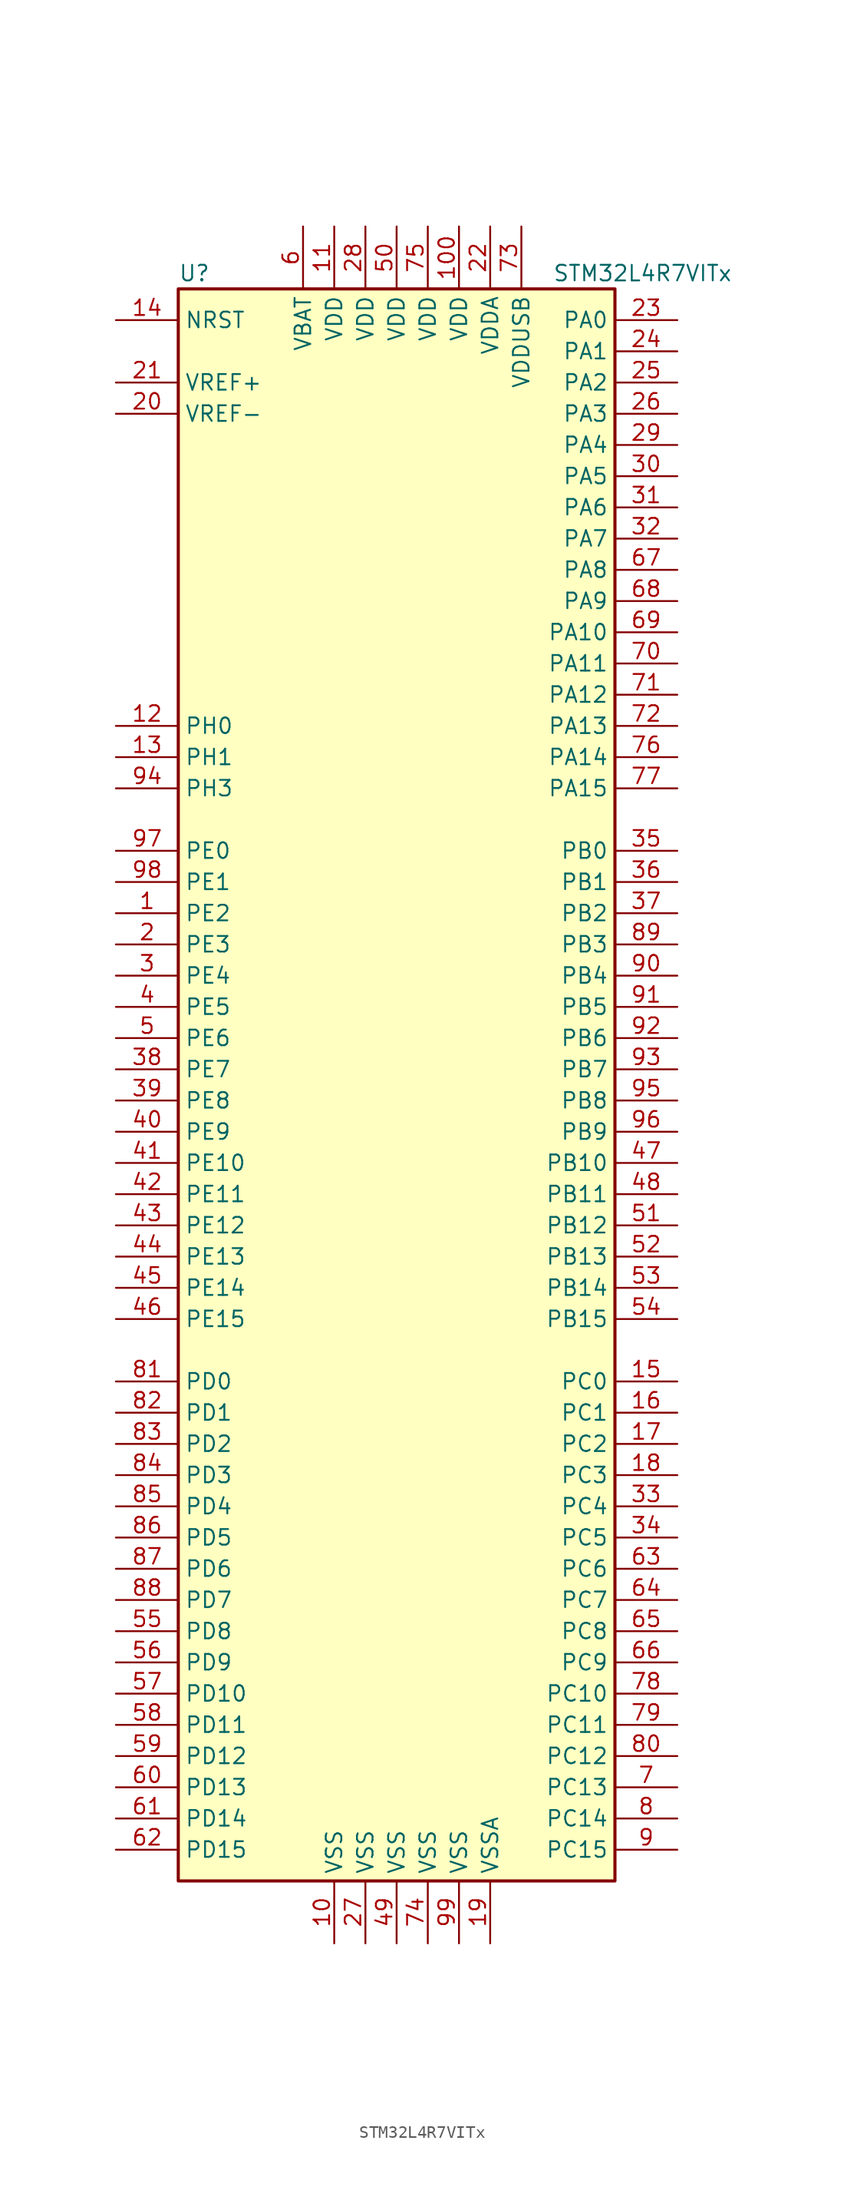
<source format=kicad_sym>
(kicad_symbol_lib
  (version 20201005)
  (generator kicad_symbol_editor)
  (symbol "MCU_ST_STM32L4+:STM32L4R7VITx"
    (property "Reference" "U"
      (at -17.78 64.77 0)
      (effects (font (size 1.27 1.27)) (justify left)))
    (property "Value" "STM32L4R7VITx"
      (at 12.7 64.77 0)
      (effects (font (size 1.27 1.27)) (justify left)))
    (symbol "STM32L4R7VITx_0_1"
      (rectangle (start -17.78 -66.04) (end 17.78 63.5) (stroke (width 0.254)) (fill (type background))))
    (symbol "STM32L4R7VITx_1_1"
      (pin input line (at -22.86 60.96 0) (length 5.08) (name "NRST" (effects (font (size 1.27 1.27)))) (number "14" (effects (font (size 1.27 1.27)))))
      (pin bidirectional line (at 22.86 60.96 180) (length 5.08) (name "PA0" (effects (font (size 1.27 1.27)))) (number "23" (effects (font (size 1.27 1.27)))))
      (pin bidirectional line (at 22.86 58.42 180) (length 5.08) (name "PA1" (effects (font (size 1.27 1.27)))) (number "24" (effects (font (size 1.27 1.27)))))
      (pin bidirectional line (at 22.86 35.56 180) (length 5.08) (name "PA10" (effects (font (size 1.27 1.27)))) (number "69" (effects (font (size 1.27 1.27)))))
      (pin bidirectional line (at 22.86 33.02 180) (length 5.08) (name "PA11" (effects (font (size 1.27 1.27)))) (number "70" (effects (font (size 1.27 1.27)))))
      (pin bidirectional line (at 22.86 30.48 180) (length 5.08) (name "PA12" (effects (font (size 1.27 1.27)))) (number "71" (effects (font (size 1.27 1.27)))))
      (pin bidirectional line (at 22.86 27.94 180) (length 5.08) (name "PA13" (effects (font (size 1.27 1.27)))) (number "72" (effects (font (size 1.27 1.27)))))
      (pin bidirectional line (at 22.86 25.4 180) (length 5.08) (name "PA14" (effects (font (size 1.27 1.27)))) (number "76" (effects (font (size 1.27 1.27)))))
      (pin bidirectional line (at 22.86 22.86 180) (length 5.08) (name "PA15" (effects (font (size 1.27 1.27)))) (number "77" (effects (font (size 1.27 1.27)))))
      (pin bidirectional line (at 22.86 55.88 180) (length 5.08) (name "PA2" (effects (font (size 1.27 1.27)))) (number "25" (effects (font (size 1.27 1.27)))))
      (pin bidirectional line (at 22.86 53.34 180) (length 5.08) (name "PA3" (effects (font (size 1.27 1.27)))) (number "26" (effects (font (size 1.27 1.27)))))
      (pin bidirectional line (at 22.86 50.8 180) (length 5.08) (name "PA4" (effects (font (size 1.27 1.27)))) (number "29" (effects (font (size 1.27 1.27)))))
      (pin bidirectional line (at 22.86 48.26 180) (length 5.08) (name "PA5" (effects (font (size 1.27 1.27)))) (number "30" (effects (font (size 1.27 1.27)))))
      (pin bidirectional line (at 22.86 45.72 180) (length 5.08) (name "PA6" (effects (font (size 1.27 1.27)))) (number "31" (effects (font (size 1.27 1.27)))))
      (pin bidirectional line (at 22.86 43.18 180) (length 5.08) (name "PA7" (effects (font (size 1.27 1.27)))) (number "32" (effects (font (size 1.27 1.27)))))
      (pin bidirectional line (at 22.86 40.64 180) (length 5.08) (name "PA8" (effects (font (size 1.27 1.27)))) (number "67" (effects (font (size 1.27 1.27)))))
      (pin bidirectional line (at 22.86 38.1 180) (length 5.08) (name "PA9" (effects (font (size 1.27 1.27)))) (number "68" (effects (font (size 1.27 1.27)))))
      (pin bidirectional line (at 22.86 17.78 180) (length 5.08) (name "PB0" (effects (font (size 1.27 1.27)))) (number "35" (effects (font (size 1.27 1.27)))))
      (pin bidirectional line (at 22.86 15.24 180) (length 5.08) (name "PB1" (effects (font (size 1.27 1.27)))) (number "36" (effects (font (size 1.27 1.27)))))
      (pin bidirectional line (at 22.86 -7.62 180) (length 5.08) (name "PB10" (effects (font (size 1.27 1.27)))) (number "47" (effects (font (size 1.27 1.27)))))
      (pin bidirectional line (at 22.86 -10.16 180) (length 5.08) (name "PB11" (effects (font (size 1.27 1.27)))) (number "48" (effects (font (size 1.27 1.27)))))
      (pin bidirectional line (at 22.86 -12.7 180) (length 5.08) (name "PB12" (effects (font (size 1.27 1.27)))) (number "51" (effects (font (size 1.27 1.27)))))
      (pin bidirectional line (at 22.86 -15.24 180) (length 5.08) (name "PB13" (effects (font (size 1.27 1.27)))) (number "52" (effects (font (size 1.27 1.27)))))
      (pin bidirectional line (at 22.86 -17.78 180) (length 5.08) (name "PB14" (effects (font (size 1.27 1.27)))) (number "53" (effects (font (size 1.27 1.27)))))
      (pin bidirectional line (at 22.86 -20.32 180) (length 5.08) (name "PB15" (effects (font (size 1.27 1.27)))) (number "54" (effects (font (size 1.27 1.27)))))
      (pin bidirectional line (at 22.86 12.7 180) (length 5.08) (name "PB2" (effects (font (size 1.27 1.27)))) (number "37" (effects (font (size 1.27 1.27)))))
      (pin bidirectional line (at 22.86 10.16 180) (length 5.08) (name "PB3" (effects (font (size 1.27 1.27)))) (number "89" (effects (font (size 1.27 1.27)))))
      (pin bidirectional line (at 22.86 7.62 180) (length 5.08) (name "PB4" (effects (font (size 1.27 1.27)))) (number "90" (effects (font (size 1.27 1.27)))))
      (pin bidirectional line (at 22.86 5.08 180) (length 5.08) (name "PB5" (effects (font (size 1.27 1.27)))) (number "91" (effects (font (size 1.27 1.27)))))
      (pin bidirectional line (at 22.86 2.54 180) (length 5.08) (name "PB6" (effects (font (size 1.27 1.27)))) (number "92" (effects (font (size 1.27 1.27)))))
      (pin bidirectional line (at 22.86 0 180) (length 5.08) (name "PB7" (effects (font (size 1.27 1.27)))) (number "93" (effects (font (size 1.27 1.27)))))
      (pin bidirectional line (at 22.86 -2.54 180) (length 5.08) (name "PB8" (effects (font (size 1.27 1.27)))) (number "95" (effects (font (size 1.27 1.27)))))
      (pin bidirectional line (at 22.86 -5.08 180) (length 5.08) (name "PB9" (effects (font (size 1.27 1.27)))) (number "96" (effects (font (size 1.27 1.27)))))
      (pin bidirectional line (at 22.86 -25.4 180) (length 5.08) (name "PC0" (effects (font (size 1.27 1.27)))) (number "15" (effects (font (size 1.27 1.27)))))
      (pin bidirectional line (at 22.86 -27.94 180) (length 5.08) (name "PC1" (effects (font (size 1.27 1.27)))) (number "16" (effects (font (size 1.27 1.27)))))
      (pin bidirectional line (at 22.86 -50.8 180) (length 5.08) (name "PC10" (effects (font (size 1.27 1.27)))) (number "78" (effects (font (size 1.27 1.27)))))
      (pin bidirectional line (at 22.86 -53.34 180) (length 5.08) (name "PC11" (effects (font (size 1.27 1.27)))) (number "79" (effects (font (size 1.27 1.27)))))
      (pin bidirectional line (at 22.86 -55.88 180) (length 5.08) (name "PC12" (effects (font (size 1.27 1.27)))) (number "80" (effects (font (size 1.27 1.27)))))
      (pin bidirectional line (at 22.86 -58.42 180) (length 5.08) (name "PC13" (effects (font (size 1.27 1.27)))) (number "7" (effects (font (size 1.27 1.27)))))
      (pin bidirectional line (at 22.86 -60.96 180) (length 5.08) (name "PC14" (effects (font (size 1.27 1.27)))) (number "8" (effects (font (size 1.27 1.27)))))
      (pin bidirectional line (at 22.86 -63.5 180) (length 5.08) (name "PC15" (effects (font (size 1.27 1.27)))) (number "9" (effects (font (size 1.27 1.27)))))
      (pin bidirectional line (at 22.86 -30.48 180) (length 5.08) (name "PC2" (effects (font (size 1.27 1.27)))) (number "17" (effects (font (size 1.27 1.27)))))
      (pin bidirectional line (at 22.86 -33.02 180) (length 5.08) (name "PC3" (effects (font (size 1.27 1.27)))) (number "18" (effects (font (size 1.27 1.27)))))
      (pin bidirectional line (at 22.86 -35.56 180) (length 5.08) (name "PC4" (effects (font (size 1.27 1.27)))) (number "33" (effects (font (size 1.27 1.27)))))
      (pin bidirectional line (at 22.86 -38.1 180) (length 5.08) (name "PC5" (effects (font (size 1.27 1.27)))) (number "34" (effects (font (size 1.27 1.27)))))
      (pin bidirectional line (at 22.86 -40.64 180) (length 5.08) (name "PC6" (effects (font (size 1.27 1.27)))) (number "63" (effects (font (size 1.27 1.27)))))
      (pin bidirectional line (at 22.86 -43.18 180) (length 5.08) (name "PC7" (effects (font (size 1.27 1.27)))) (number "64" (effects (font (size 1.27 1.27)))))
      (pin bidirectional line (at 22.86 -45.72 180) (length 5.08) (name "PC8" (effects (font (size 1.27 1.27)))) (number "65" (effects (font (size 1.27 1.27)))))
      (pin bidirectional line (at 22.86 -48.26 180) (length 5.08) (name "PC9" (effects (font (size 1.27 1.27)))) (number "66" (effects (font (size 1.27 1.27)))))
      (pin bidirectional line (at -22.86 -25.4 0) (length 5.08) (name "PD0" (effects (font (size 1.27 1.27)))) (number "81" (effects (font (size 1.27 1.27)))))
      (pin bidirectional line (at -22.86 -27.94 0) (length 5.08) (name "PD1" (effects (font (size 1.27 1.27)))) (number "82" (effects (font (size 1.27 1.27)))))
      (pin bidirectional line (at -22.86 -50.8 0) (length 5.08) (name "PD10" (effects (font (size 1.27 1.27)))) (number "57" (effects (font (size 1.27 1.27)))))
      (pin bidirectional line (at -22.86 -53.34 0) (length 5.08) (name "PD11" (effects (font (size 1.27 1.27)))) (number "58" (effects (font (size 1.27 1.27)))))
      (pin bidirectional line (at -22.86 -55.88 0) (length 5.08) (name "PD12" (effects (font (size 1.27 1.27)))) (number "59" (effects (font (size 1.27 1.27)))))
      (pin bidirectional line (at -22.86 -58.42 0) (length 5.08) (name "PD13" (effects (font (size 1.27 1.27)))) (number "60" (effects (font (size 1.27 1.27)))))
      (pin bidirectional line (at -22.86 -60.96 0) (length 5.08) (name "PD14" (effects (font (size 1.27 1.27)))) (number "61" (effects (font (size 1.27 1.27)))))
      (pin bidirectional line (at -22.86 -63.5 0) (length 5.08) (name "PD15" (effects (font (size 1.27 1.27)))) (number "62" (effects (font (size 1.27 1.27)))))
      (pin bidirectional line (at -22.86 -30.48 0) (length 5.08) (name "PD2" (effects (font (size 1.27 1.27)))) (number "83" (effects (font (size 1.27 1.27)))))
      (pin bidirectional line (at -22.86 -33.02 0) (length 5.08) (name "PD3" (effects (font (size 1.27 1.27)))) (number "84" (effects (font (size 1.27 1.27)))))
      (pin bidirectional line (at -22.86 -35.56 0) (length 5.08) (name "PD4" (effects (font (size 1.27 1.27)))) (number "85" (effects (font (size 1.27 1.27)))))
      (pin bidirectional line (at -22.86 -38.1 0) (length 5.08) (name "PD5" (effects (font (size 1.27 1.27)))) (number "86" (effects (font (size 1.27 1.27)))))
      (pin bidirectional line (at -22.86 -40.64 0) (length 5.08) (name "PD6" (effects (font (size 1.27 1.27)))) (number "87" (effects (font (size 1.27 1.27)))))
      (pin bidirectional line (at -22.86 -43.18 0) (length 5.08) (name "PD7" (effects (font (size 1.27 1.27)))) (number "88" (effects (font (size 1.27 1.27)))))
      (pin bidirectional line (at -22.86 -45.72 0) (length 5.08) (name "PD8" (effects (font (size 1.27 1.27)))) (number "55" (effects (font (size 1.27 1.27)))))
      (pin bidirectional line (at -22.86 -48.26 0) (length 5.08) (name "PD9" (effects (font (size 1.27 1.27)))) (number "56" (effects (font (size 1.27 1.27)))))
      (pin bidirectional line (at -22.86 17.78 0) (length 5.08) (name "PE0" (effects (font (size 1.27 1.27)))) (number "97" (effects (font (size 1.27 1.27)))))
      (pin bidirectional line (at -22.86 15.24 0) (length 5.08) (name "PE1" (effects (font (size 1.27 1.27)))) (number "98" (effects (font (size 1.27 1.27)))))
      (pin bidirectional line (at -22.86 -7.62 0) (length 5.08) (name "PE10" (effects (font (size 1.27 1.27)))) (number "41" (effects (font (size 1.27 1.27)))))
      (pin bidirectional line (at -22.86 -10.16 0) (length 5.08) (name "PE11" (effects (font (size 1.27 1.27)))) (number "42" (effects (font (size 1.27 1.27)))))
      (pin bidirectional line (at -22.86 -12.7 0) (length 5.08) (name "PE12" (effects (font (size 1.27 1.27)))) (number "43" (effects (font (size 1.27 1.27)))))
      (pin bidirectional line (at -22.86 -15.24 0) (length 5.08) (name "PE13" (effects (font (size 1.27 1.27)))) (number "44" (effects (font (size 1.27 1.27)))))
      (pin bidirectional line (at -22.86 -17.78 0) (length 5.08) (name "PE14" (effects (font (size 1.27 1.27)))) (number "45" (effects (font (size 1.27 1.27)))))
      (pin bidirectional line (at -22.86 -20.32 0) (length 5.08) (name "PE15" (effects (font (size 1.27 1.27)))) (number "46" (effects (font (size 1.27 1.27)))))
      (pin bidirectional line (at -22.86 12.7 0) (length 5.08) (name "PE2" (effects (font (size 1.27 1.27)))) (number "1" (effects (font (size 1.27 1.27)))))
      (pin bidirectional line (at -22.86 10.16 0) (length 5.08) (name "PE3" (effects (font (size 1.27 1.27)))) (number "2" (effects (font (size 1.27 1.27)))))
      (pin bidirectional line (at -22.86 7.62 0) (length 5.08) (name "PE4" (effects (font (size 1.27 1.27)))) (number "3" (effects (font (size 1.27 1.27)))))
      (pin bidirectional line (at -22.86 5.08 0) (length 5.08) (name "PE5" (effects (font (size 1.27 1.27)))) (number "4" (effects (font (size 1.27 1.27)))))
      (pin bidirectional line (at -22.86 2.54 0) (length 5.08) (name "PE6" (effects (font (size 1.27 1.27)))) (number "5" (effects (font (size 1.27 1.27)))))
      (pin bidirectional line (at -22.86 0 0) (length 5.08) (name "PE7" (effects (font (size 1.27 1.27)))) (number "38" (effects (font (size 1.27 1.27)))))
      (pin bidirectional line (at -22.86 -2.54 0) (length 5.08) (name "PE8" (effects (font (size 1.27 1.27)))) (number "39" (effects (font (size 1.27 1.27)))))
      (pin bidirectional line (at -22.86 -5.08 0) (length 5.08) (name "PE9" (effects (font (size 1.27 1.27)))) (number "40" (effects (font (size 1.27 1.27)))))
      (pin input line (at -22.86 27.94 0) (length 5.08) (name "PH0" (effects (font (size 1.27 1.27)))) (number "12" (effects (font (size 1.27 1.27)))))
      (pin input line (at -22.86 25.4 0) (length 5.08) (name "PH1" (effects (font (size 1.27 1.27)))) (number "13" (effects (font (size 1.27 1.27)))))
      (pin bidirectional line (at -22.86 22.86 0) (length 5.08) (name "PH3" (effects (font (size 1.27 1.27)))) (number "94" (effects (font (size 1.27 1.27)))))
      (pin power_in line (at -7.62 68.58 270) (length 5.08) (name "VBAT" (effects (font (size 1.27 1.27)))) (number "6" (effects (font (size 1.27 1.27)))))
      (pin power_in line (at 5.08 68.58 270) (length 5.08) (name "VDD" (effects (font (size 1.27 1.27)))) (number "100" (effects (font (size 1.27 1.27)))))
      (pin power_in line (at -5.08 68.58 270) (length 5.08) (name "VDD" (effects (font (size 1.27 1.27)))) (number "11" (effects (font (size 1.27 1.27)))))
      (pin power_in line (at -2.54 68.58 270) (length 5.08) (name "VDD" (effects (font (size 1.27 1.27)))) (number "28" (effects (font (size 1.27 1.27)))))
      (pin power_in line (at 0 68.58 270) (length 5.08) (name "VDD" (effects (font (size 1.27 1.27)))) (number "50" (effects (font (size 1.27 1.27)))))
      (pin power_in line (at 2.54 68.58 270) (length 5.08) (name "VDD" (effects (font (size 1.27 1.27)))) (number "75" (effects (font (size 1.27 1.27)))))
      (pin power_in line (at 7.62 68.58 270) (length 5.08) (name "VDDA" (effects (font (size 1.27 1.27)))) (number "22" (effects (font (size 1.27 1.27)))))
      (pin power_in line (at 10.16 68.58 270) (length 5.08) (name "VDDUSB" (effects (font (size 1.27 1.27)))) (number "73" (effects (font (size 1.27 1.27)))))
      (pin bidirectional line (at -22.86 55.88 0) (length 5.08) (name "VREF+" (effects (font (size 1.27 1.27)))) (number "21" (effects (font (size 1.27 1.27)))))
      (pin power_in line (at -22.86 53.34 0) (length 5.08) (name "VREF-" (effects (font (size 1.27 1.27)))) (number "20" (effects (font (size 1.27 1.27)))))
      (pin power_in line (at -5.08 -71.12 90) (length 5.08) (name "VSS" (effects (font (size 1.27 1.27)))) (number "10" (effects (font (size 1.27 1.27)))))
      (pin power_in line (at -2.54 -71.12 90) (length 5.08) (name "VSS" (effects (font (size 1.27 1.27)))) (number "27" (effects (font (size 1.27 1.27)))))
      (pin power_in line (at 0 -71.12 90) (length 5.08) (name "VSS" (effects (font (size 1.27 1.27)))) (number "49" (effects (font (size 1.27 1.27)))))
      (pin power_in line (at 2.54 -71.12 90) (length 5.08) (name "VSS" (effects (font (size 1.27 1.27)))) (number "74" (effects (font (size 1.27 1.27)))))
      (pin power_in line (at 5.08 -71.12 90) (length 5.08) (name "VSS" (effects (font (size 1.27 1.27)))) (number "99" (effects (font (size 1.27 1.27)))))
      (pin power_in line (at 7.62 -71.12 90) (length 5.08) (name "VSSA" (effects (font (size 1.27 1.27)))) (number "19" (effects (font (size 1.27 1.27))))))))
</source>
